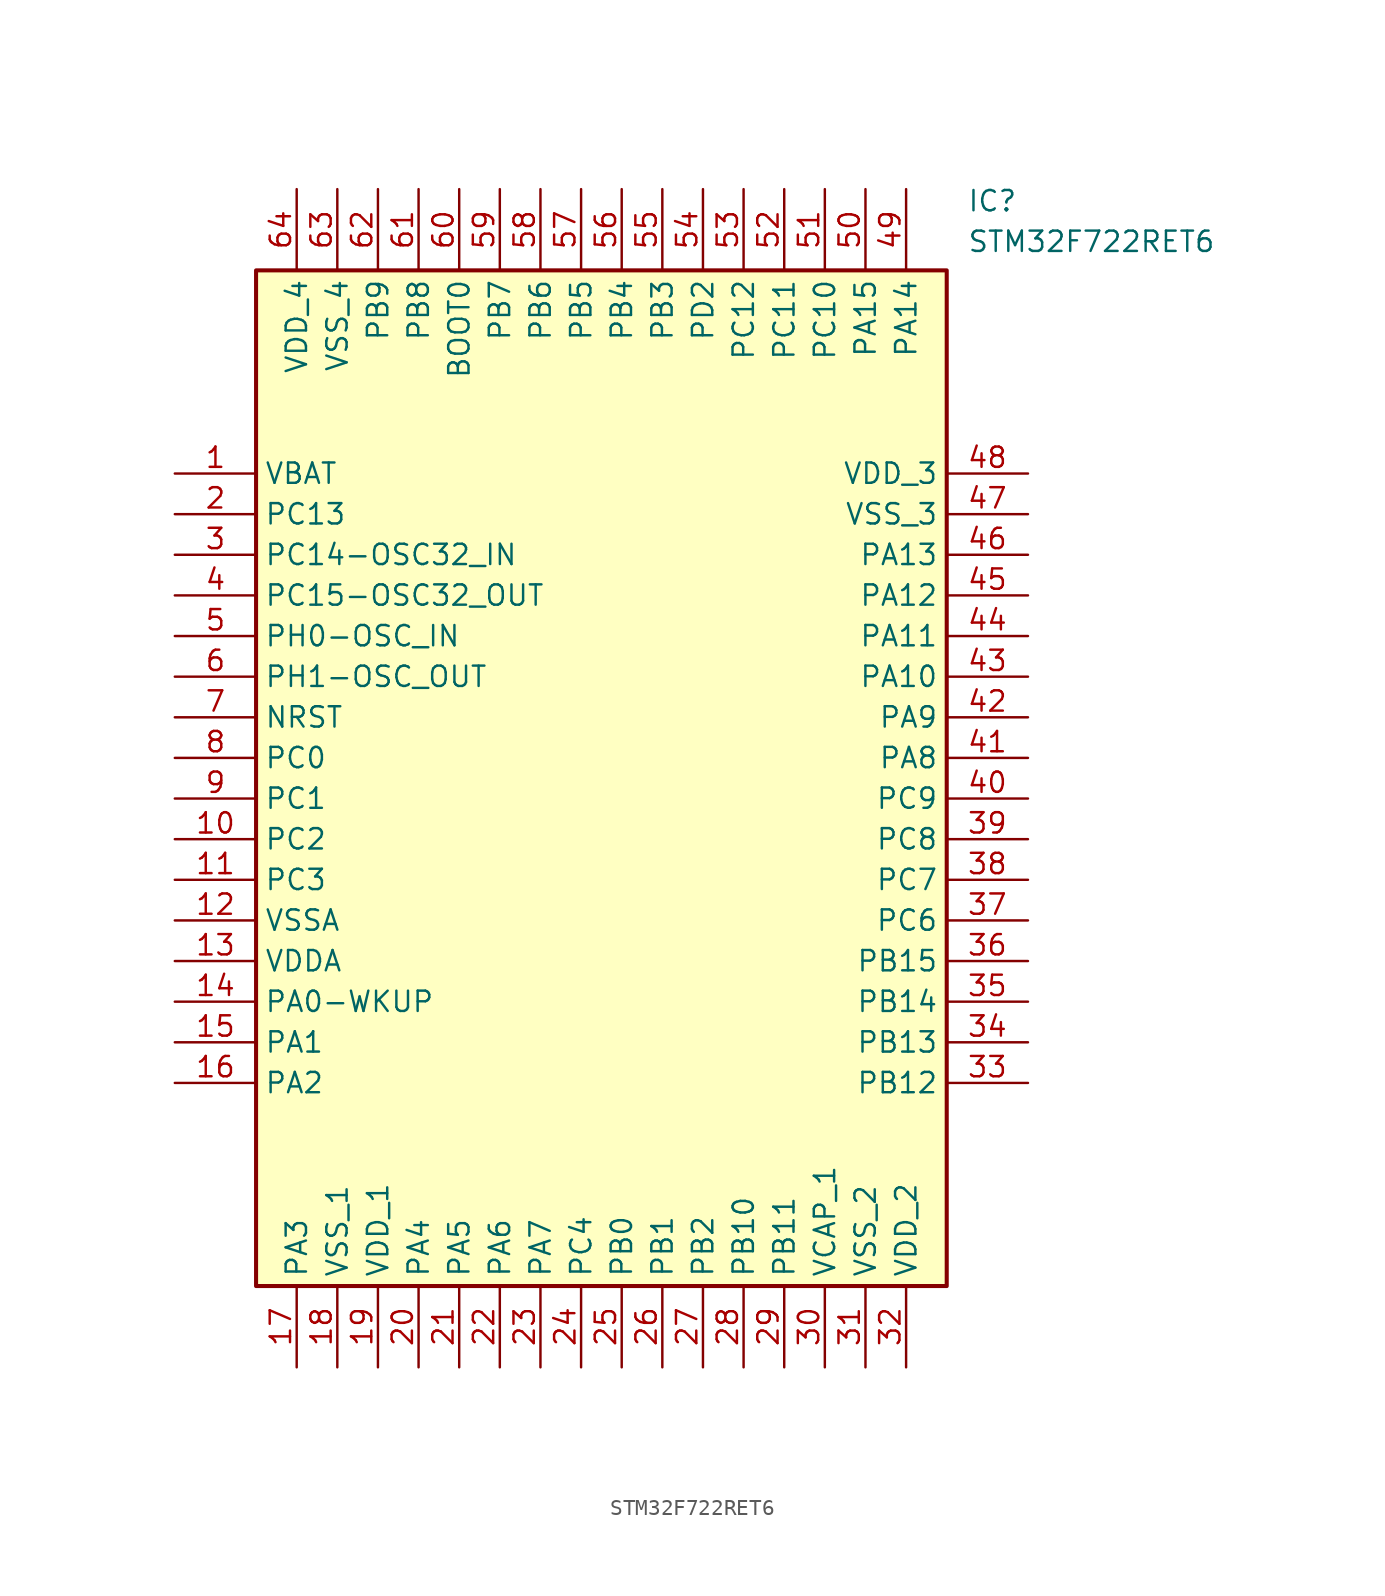
<source format=kicad_sym>
(kicad_symbol_lib
  (version 20211014)
  (generator SamacSys_ECAD_Model)
  (symbol "STM32F722RET6"
    (property "Reference" "IC"
      (at 49.53 17.78 0)
      (effects (font (size 1.27 1.27)) (justify left top)))
    (property "Value" "STM32F722RET6"
      (at 49.53 15.24 0)
      (effects (font (size 1.27 1.27)) (justify left top)))
    (rectangle
      (start 5.08 12.7)
      (end 48.26 -50.8)
      (stroke (width 0.254) (type default))
      (fill (type background)))
    (pin passive line
      (at 0 0 0)
      (length 5.08)
      (name "VBAT" (effects (font (size 1.27 1.27))))
      (number "1" (effects (font (size 1.27 1.27)))))
    (pin passive line
      (at 0 -2.54 0)
      (length 5.08)
      (name "PC13" (effects (font (size 1.27 1.27))))
      (number "2" (effects (font (size 1.27 1.27)))))
    (pin passive line
      (at 0 -5.08 0)
      (length 5.08)
      (name "PC14-OSC32_IN" (effects (font (size 1.27 1.27))))
      (number "3" (effects (font (size 1.27 1.27)))))
    (pin passive line
      (at 0 -7.62 0)
      (length 5.08)
      (name "PC15-OSC32_OUT" (effects (font (size 1.27 1.27))))
      (number "4" (effects (font (size 1.27 1.27)))))
    (pin passive line
      (at 0 -10.16 0)
      (length 5.08)
      (name "PH0-OSC_IN" (effects (font (size 1.27 1.27))))
      (number "5" (effects (font (size 1.27 1.27)))))
    (pin passive line
      (at 0 -12.7 0)
      (length 5.08)
      (name "PH1-OSC_OUT" (effects (font (size 1.27 1.27))))
      (number "6" (effects (font (size 1.27 1.27)))))
    (pin passive line
      (at 0 -15.24 0)
      (length 5.08)
      (name "NRST" (effects (font (size 1.27 1.27))))
      (number "7" (effects (font (size 1.27 1.27)))))
    (pin passive line
      (at 0 -17.78 0)
      (length 5.08)
      (name "PC0" (effects (font (size 1.27 1.27))))
      (number "8" (effects (font (size 1.27 1.27)))))
    (pin passive line
      (at 0 -20.32 0)
      (length 5.08)
      (name "PC1" (effects (font (size 1.27 1.27))))
      (number "9" (effects (font (size 1.27 1.27)))))
    (pin passive line
      (at 0 -22.86 0)
      (length 5.08)
      (name "PC2" (effects (font (size 1.27 1.27))))
      (number "10" (effects (font (size 1.27 1.27)))))
    (pin passive line
      (at 0 -25.4 0)
      (length 5.08)
      (name "PC3" (effects (font (size 1.27 1.27))))
      (number "11" (effects (font (size 1.27 1.27)))))
    (pin passive line
      (at 0 -27.94 0)
      (length 5.08)
      (name "VSSA" (effects (font (size 1.27 1.27))))
      (number "12" (effects (font (size 1.27 1.27)))))
    (pin passive line
      (at 0 -30.48 0)
      (length 5.08)
      (name "VDDA" (effects (font (size 1.27 1.27))))
      (number "13" (effects (font (size 1.27 1.27)))))
    (pin passive line
      (at 0 -33.02 0)
      (length 5.08)
      (name "PA0-WKUP" (effects (font (size 1.27 1.27))))
      (number "14" (effects (font (size 1.27 1.27)))))
    (pin passive line
      (at 0 -35.56 0)
      (length 5.08)
      (name "PA1" (effects (font (size 1.27 1.27))))
      (number "15" (effects (font (size 1.27 1.27)))))
    (pin passive line
      (at 0 -38.1 0)
      (length 5.08)
      (name "PA2" (effects (font (size 1.27 1.27))))
      (number "16" (effects (font (size 1.27 1.27)))))
    (pin passive line
      (at 7.62 -55.88 90)
      (length 5.08)
      (name "PA3" (effects (font (size 1.27 1.27))))
      (number "17" (effects (font (size 1.27 1.27)))))
    (pin passive line
      (at 10.16 -55.88 90)
      (length 5.08)
      (name "VSS_1" (effects (font (size 1.27 1.27))))
      (number "18" (effects (font (size 1.27 1.27)))))
    (pin passive line
      (at 12.7 -55.88 90)
      (length 5.08)
      (name "VDD_1" (effects (font (size 1.27 1.27))))
      (number "19" (effects (font (size 1.27 1.27)))))
    (pin passive line
      (at 15.24 -55.88 90)
      (length 5.08)
      (name "PA4" (effects (font (size 1.27 1.27))))
      (number "20" (effects (font (size 1.27 1.27)))))
    (pin passive line
      (at 17.78 -55.88 90)
      (length 5.08)
      (name "PA5" (effects (font (size 1.27 1.27))))
      (number "21" (effects (font (size 1.27 1.27)))))
    (pin passive line
      (at 20.32 -55.88 90)
      (length 5.08)
      (name "PA6" (effects (font (size 1.27 1.27))))
      (number "22" (effects (font (size 1.27 1.27)))))
    (pin passive line
      (at 22.86 -55.88 90)
      (length 5.08)
      (name "PA7" (effects (font (size 1.27 1.27))))
      (number "23" (effects (font (size 1.27 1.27)))))
    (pin passive line
      (at 25.4 -55.88 90)
      (length 5.08)
      (name "PC4" (effects (font (size 1.27 1.27))))
      (number "24" (effects (font (size 1.27 1.27)))))
    (pin passive line
      (at 27.94 -55.88 90)
      (length 5.08)
      (name "PB0" (effects (font (size 1.27 1.27))))
      (number "25" (effects (font (size 1.27 1.27)))))
    (pin passive line
      (at 30.48 -55.88 90)
      (length 5.08)
      (name "PB1" (effects (font (size 1.27 1.27))))
      (number "26" (effects (font (size 1.27 1.27)))))
    (pin passive line
      (at 33.02 -55.88 90)
      (length 5.08)
      (name "PB2" (effects (font (size 1.27 1.27))))
      (number "27" (effects (font (size 1.27 1.27)))))
    (pin passive line
      (at 35.56 -55.88 90)
      (length 5.08)
      (name "PB10" (effects (font (size 1.27 1.27))))
      (number "28" (effects (font (size 1.27 1.27)))))
    (pin passive line
      (at 38.1 -55.88 90)
      (length 5.08)
      (name "PB11" (effects (font (size 1.27 1.27))))
      (number "29" (effects (font (size 1.27 1.27)))))
    (pin passive line
      (at 40.64 -55.88 90)
      (length 5.08)
      (name "VCAP_1" (effects (font (size 1.27 1.27))))
      (number "30" (effects (font (size 1.27 1.27)))))
    (pin passive line
      (at 43.18 -55.88 90)
      (length 5.08)
      (name "VSS_2" (effects (font (size 1.27 1.27))))
      (number "31" (effects (font (size 1.27 1.27)))))
    (pin passive line
      (at 45.72 -55.88 90)
      (length 5.08)
      (name "VDD_2" (effects (font (size 1.27 1.27))))
      (number "32" (effects (font (size 1.27 1.27)))))
    (pin passive line
      (at 53.34 0 180)
      (length 5.08)
      (name "VDD_3" (effects (font (size 1.27 1.27))))
      (number "48" (effects (font (size 1.27 1.27)))))
    (pin passive line
      (at 53.34 -2.54 180)
      (length 5.08)
      (name "VSS_3" (effects (font (size 1.27 1.27))))
      (number "47" (effects (font (size 1.27 1.27)))))
    (pin passive line
      (at 53.34 -5.08 180)
      (length 5.08)
      (name "PA13" (effects (font (size 1.27 1.27))))
      (number "46" (effects (font (size 1.27 1.27)))))
    (pin passive line
      (at 53.34 -7.62 180)
      (length 5.08)
      (name "PA12" (effects (font (size 1.27 1.27))))
      (number "45" (effects (font (size 1.27 1.27)))))
    (pin passive line
      (at 53.34 -10.16 180)
      (length 5.08)
      (name "PA11" (effects (font (size 1.27 1.27))))
      (number "44" (effects (font (size 1.27 1.27)))))
    (pin passive line
      (at 53.34 -12.7 180)
      (length 5.08)
      (name "PA10" (effects (font (size 1.27 1.27))))
      (number "43" (effects (font (size 1.27 1.27)))))
    (pin passive line
      (at 53.34 -15.24 180)
      (length 5.08)
      (name "PA9" (effects (font (size 1.27 1.27))))
      (number "42" (effects (font (size 1.27 1.27)))))
    (pin passive line
      (at 53.34 -17.78 180)
      (length 5.08)
      (name "PA8" (effects (font (size 1.27 1.27))))
      (number "41" (effects (font (size 1.27 1.27)))))
    (pin passive line
      (at 53.34 -20.32 180)
      (length 5.08)
      (name "PC9" (effects (font (size 1.27 1.27))))
      (number "40" (effects (font (size 1.27 1.27)))))
    (pin passive line
      (at 53.34 -22.86 180)
      (length 5.08)
      (name "PC8" (effects (font (size 1.27 1.27))))
      (number "39" (effects (font (size 1.27 1.27)))))
    (pin passive line
      (at 53.34 -25.4 180)
      (length 5.08)
      (name "PC7" (effects (font (size 1.27 1.27))))
      (number "38" (effects (font (size 1.27 1.27)))))
    (pin passive line
      (at 53.34 -27.94 180)
      (length 5.08)
      (name "PC6" (effects (font (size 1.27 1.27))))
      (number "37" (effects (font (size 1.27 1.27)))))
    (pin passive line
      (at 53.34 -30.48 180)
      (length 5.08)
      (name "PB15" (effects (font (size 1.27 1.27))))
      (number "36" (effects (font (size 1.27 1.27)))))
    (pin passive line
      (at 53.34 -33.02 180)
      (length 5.08)
      (name "PB14" (effects (font (size 1.27 1.27))))
      (number "35" (effects (font (size 1.27 1.27)))))
    (pin passive line
      (at 53.34 -35.56 180)
      (length 5.08)
      (name "PB13" (effects (font (size 1.27 1.27))))
      (number "34" (effects (font (size 1.27 1.27)))))
    (pin passive line
      (at 53.34 -38.1 180)
      (length 5.08)
      (name "PB12" (effects (font (size 1.27 1.27))))
      (number "33" (effects (font (size 1.27 1.27)))))
    (pin passive line
      (at 7.62 17.78 270)
      (length 5.08)
      (name "VDD_4" (effects (font (size 1.27 1.27))))
      (number "64" (effects (font (size 1.27 1.27)))))
    (pin passive line
      (at 10.16 17.78 270)
      (length 5.08)
      (name "VSS_4" (effects (font (size 1.27 1.27))))
      (number "63" (effects (font (size 1.27 1.27)))))
    (pin passive line
      (at 12.7 17.78 270)
      (length 5.08)
      (name "PB9" (effects (font (size 1.27 1.27))))
      (number "62" (effects (font (size 1.27 1.27)))))
    (pin passive line
      (at 15.24 17.78 270)
      (length 5.08)
      (name "PB8" (effects (font (size 1.27 1.27))))
      (number "61" (effects (font (size 1.27 1.27)))))
    (pin passive line
      (at 17.78 17.78 270)
      (length 5.08)
      (name "BOOT0" (effects (font (size 1.27 1.27))))
      (number "60" (effects (font (size 1.27 1.27)))))
    (pin passive line
      (at 20.32 17.78 270)
      (length 5.08)
      (name "PB7" (effects (font (size 1.27 1.27))))
      (number "59" (effects (font (size 1.27 1.27)))))
    (pin passive line
      (at 22.86 17.78 270)
      (length 5.08)
      (name "PB6" (effects (font (size 1.27 1.27))))
      (number "58" (effects (font (size 1.27 1.27)))))
    (pin passive line
      (at 25.4 17.78 270)
      (length 5.08)
      (name "PB5" (effects (font (size 1.27 1.27))))
      (number "57" (effects (font (size 1.27 1.27)))))
    (pin passive line
      (at 27.94 17.78 270)
      (length 5.08)
      (name "PB4" (effects (font (size 1.27 1.27))))
      (number "56" (effects (font (size 1.27 1.27)))))
    (pin passive line
      (at 30.48 17.78 270)
      (length 5.08)
      (name "PB3" (effects (font (size 1.27 1.27))))
      (number "55" (effects (font (size 1.27 1.27)))))
    (pin passive line
      (at 33.02 17.78 270)
      (length 5.08)
      (name "PD2" (effects (font (size 1.27 1.27))))
      (number "54" (effects (font (size 1.27 1.27)))))
    (pin passive line
      (at 35.56 17.78 270)
      (length 5.08)
      (name "PC12" (effects (font (size 1.27 1.27))))
      (number "53" (effects (font (size 1.27 1.27)))))
    (pin passive line
      (at 38.1 17.78 270)
      (length 5.08)
      (name "PC11" (effects (font (size 1.27 1.27))))
      (number "52" (effects (font (size 1.27 1.27)))))
    (pin passive line
      (at 40.64 17.78 270)
      (length 5.08)
      (name "PC10" (effects (font (size 1.27 1.27))))
      (number "51" (effects (font (size 1.27 1.27)))))
    (pin passive line
      (at 43.18 17.78 270)
      (length 5.08)
      (name "PA15" (effects (font (size 1.27 1.27))))
      (number "50" (effects (font (size 1.27 1.27)))))
    (pin passive line
      (at 45.72 17.78 270)
      (length 5.08)
      (name "PA14" (effects (font (size 1.27 1.27))))
      (number "49" (effects (font (size 1.27 1.27)))))))
</source>
